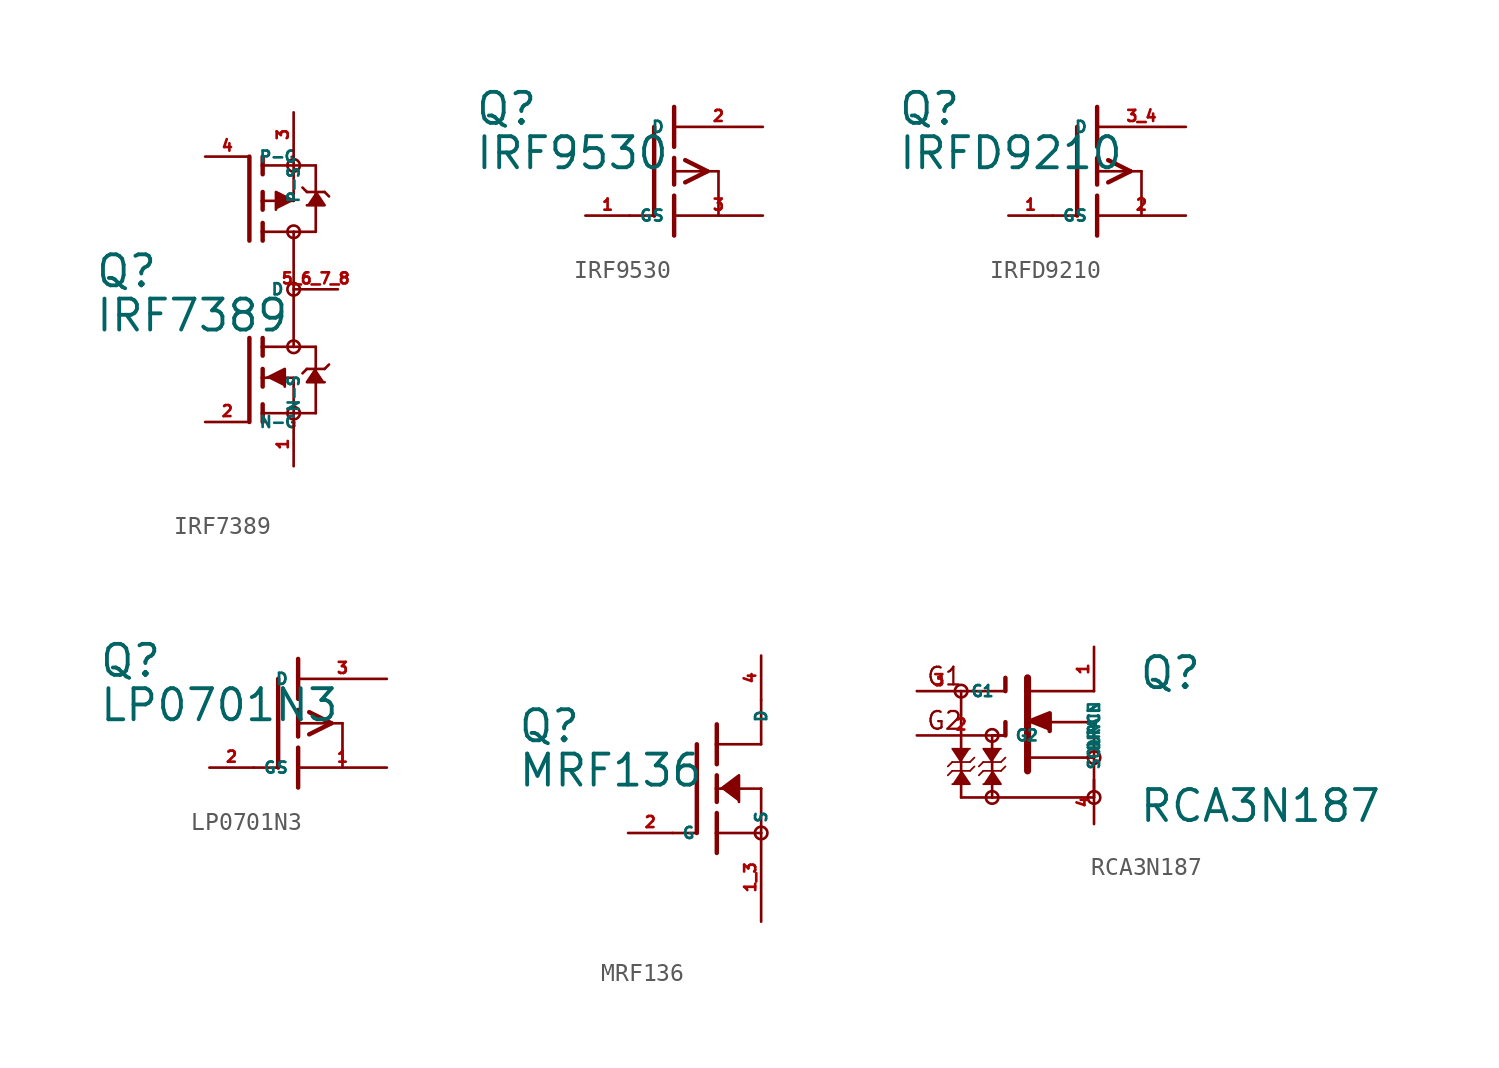
<source format=kicad_sym>
(kicad_symbol_lib
  (version 20220914)
  (generator Eagle2Kicad)
  (symbol "IRF7389"
    (property "Reference" "Q"
      (at -8.89 0 0)
      (effects (font (size 1.778 1.778) (thickness 0.22)) (justify left bottom)))
    (property "Value" "IRF7389"
      (at -8.89 -2.54 0)
      (effects (font (size 1.778 1.778) (thickness 0.22)) (justify left bottom)))
    (polyline
      (pts (xy 3.81 5.588) (xy 4.318 4.826) (xy 3.302 4.826))
      (stroke (width 0.152) (type default))
      (fill (type outline)))
    (polyline
      (pts (xy 2.54 5.08) (xy 1.524 5.588) (xy 1.524 4.572))
      (stroke (width 0.152) (type default))
      (fill (type outline)))
    (polyline
      (pts (xy 3.81 -4.572) (xy 3.302 -5.334) (xy 4.318 -5.334))
      (stroke (width 0.152) (type default))
      (fill (type outline)))
    (polyline
      (pts (xy 1.016 -5.08) (xy 2.032 -4.572) (xy 2.032 -5.588))
      (stroke (width 0.152) (type default))
      (fill (type outline)))
    (polyline
      (pts (xy 0.762 4.572) (xy 0.762 5.08))
      (stroke (width 0.254) (type default))
      (fill (type none)))
    (polyline
      (pts (xy 0.762 5.08) (xy 0.762 5.588))
      (stroke (width 0.254) (type default))
      (fill (type none)))
    (polyline
      (pts (xy 0.762 2.794) (xy 0.762 3.302))
      (stroke (width 0.254) (type default))
      (fill (type none)))
    (polyline
      (pts (xy 0.762 3.302) (xy 0.762 3.81))
      (stroke (width 0.254) (type default))
      (fill (type none)))
    (polyline
      (pts (xy 0.762 5.08) (xy 2.54 5.08))
      (stroke (width 0.152) (type default))
      (fill (type none)))
    (polyline
      (pts (xy 2.54 5.08) (xy 2.54 7.112))
      (stroke (width 0.152) (type default))
      (fill (type none)))
    (polyline
      (pts (xy 0.762 6.604) (xy 0.762 7.112))
      (stroke (width 0.254) (type default))
      (fill (type none)))
    (polyline
      (pts (xy 0.762 7.112) (xy 0.762 7.62))
      (stroke (width 0.254) (type default))
      (fill (type none)))
    (polyline
      (pts (xy 0 2.794) (xy 0 7.62))
      (stroke (width 0.254) (type default))
      (fill (type none)))
    (polyline
      (pts (xy 2.54 7.112) (xy 0.762 7.112))
      (stroke (width 0.152) (type default))
      (fill (type none)))
    (polyline
      (pts (xy 3.81 3.302) (xy 3.81 5.588))
      (stroke (width 0.152) (type default))
      (fill (type none)))
    (polyline
      (pts (xy 3.81 5.588) (xy 3.81 7.112))
      (stroke (width 0.152) (type default))
      (fill (type none)))
    (polyline
      (pts (xy 2.54 7.112) (xy 3.81 7.112))
      (stroke (width 0.152) (type default))
      (fill (type none)))
    (polyline
      (pts (xy 0.762 3.302) (xy 2.54 3.302))
      (stroke (width 0.152) (type default))
      (fill (type none)))
    (polyline
      (pts (xy 2.54 3.302) (xy 3.81 3.302))
      (stroke (width 0.152) (type default))
      (fill (type none)))
    (polyline
      (pts (xy 3.048 5.842) (xy 3.302 5.588))
      (stroke (width 0.152) (type default))
      (fill (type none)))
    (polyline
      (pts (xy 3.302 5.588) (xy 3.81 5.588))
      (stroke (width 0.152) (type default))
      (fill (type none)))
    (polyline
      (pts (xy 3.81 5.588) (xy 4.318 5.588))
      (stroke (width 0.152) (type default))
      (fill (type none)))
    (polyline
      (pts (xy 4.318 5.588) (xy 4.572 5.334))
      (stroke (width 0.152) (type default))
      (fill (type none)))
    (polyline
      (pts (xy 0.762 -4.572) (xy 0.762 -5.08))
      (stroke (width 0.254) (type default))
      (fill (type none)))
    (polyline
      (pts (xy 0.762 -5.08) (xy 0.762 -5.588))
      (stroke (width 0.254) (type default))
      (fill (type none)))
    (polyline
      (pts (xy 0.762 -2.794) (xy 0.762 -3.302))
      (stroke (width 0.254) (type default))
      (fill (type none)))
    (polyline
      (pts (xy 0.762 -3.302) (xy 0.762 -3.81))
      (stroke (width 0.254) (type default))
      (fill (type none)))
    (polyline
      (pts (xy 0.762 -5.08) (xy 2.54 -5.08))
      (stroke (width 0.152) (type default))
      (fill (type none)))
    (polyline
      (pts (xy 2.54 -5.08) (xy 2.54 -7.112))
      (stroke (width 0.152) (type default))
      (fill (type none)))
    (polyline
      (pts (xy 0.762 -6.604) (xy 0.762 -7.112))
      (stroke (width 0.254) (type default))
      (fill (type none)))
    (polyline
      (pts (xy 0.762 -7.112) (xy 0.762 -7.62))
      (stroke (width 0.254) (type default))
      (fill (type none)))
    (polyline
      (pts (xy 0 -2.794) (xy 0 -7.62))
      (stroke (width 0.254) (type default))
      (fill (type none)))
    (polyline
      (pts (xy 2.54 -7.112) (xy 0.762 -7.112))
      (stroke (width 0.152) (type default))
      (fill (type none)))
    (polyline
      (pts (xy 3.81 -3.302) (xy 3.81 -4.572))
      (stroke (width 0.152) (type default))
      (fill (type none)))
    (polyline
      (pts (xy 3.81 -4.572) (xy 3.81 -7.112))
      (stroke (width 0.152) (type default))
      (fill (type none)))
    (polyline
      (pts (xy 2.54 -7.112) (xy 3.81 -7.112))
      (stroke (width 0.152) (type default))
      (fill (type none)))
    (polyline
      (pts (xy 0.762 -3.302) (xy 2.54 -3.302))
      (stroke (width 0.152) (type default))
      (fill (type none)))
    (polyline
      (pts (xy 2.54 -3.302) (xy 3.81 -3.302))
      (stroke (width 0.152) (type default))
      (fill (type none)))
    (polyline
      (pts (xy 4.572 -4.318) (xy 4.318 -4.572))
      (stroke (width 0.152) (type default))
      (fill (type none)))
    (polyline
      (pts (xy 4.318 -4.572) (xy 3.81 -4.572))
      (stroke (width 0.152) (type default))
      (fill (type none)))
    (polyline
      (pts (xy 3.81 -4.572) (xy 3.302 -4.572))
      (stroke (width 0.152) (type default))
      (fill (type none)))
    (polyline
      (pts (xy 3.302 -4.572) (xy 3.048 -4.826))
      (stroke (width 0.152) (type default))
      (fill (type none)))
    (polyline
      (pts (xy 2.54 3.302) (xy 2.54 -3.302))
      (stroke (width 0.152) (type default))
      (fill (type none)))
    (polyline
      (pts (xy 2.54 7.62) (xy 2.54 7.112))
      (stroke (width 0.152) (type default))
      (fill (type none)))
    (polyline
      (pts (xy 2.54 -7.112) (xy 2.54 -7.62))
      (stroke (width 0.152) (type default))
      (fill (type none)))
    (circle
      (center 2.54 7.112)
      (radius 0.359)
      (stroke (width 0) (type default))
      (fill (type none)))
    (circle
      (center 2.54 3.302)
      (radius 0.359)
      (stroke (width 0) (type default))
      (fill (type none)))
    (circle
      (center 2.54 -7.112)
      (radius 0.359)
      (stroke (width 0) (type default))
      (fill (type none)))
    (circle
      (center 2.54 -3.302)
      (radius 0.359)
      (stroke (width 0) (type default))
      (fill (type none)))
    (circle
      (center 2.54 0)
      (radius 0.359)
      (stroke (width 0) (type default))
      (fill (type none)))
    (pin passive line
      (at 2.54 10.16 270)
      (length 2.54)
      (name "P-S" (effects (font (size 0.635 0.635) (thickness 0.08)) (justify left bottom)))
      (number "3" (effects (font (size 0.635 0.635) (thickness 0.08)) (justify left bottom))))
    (pin passive line
      (at -2.54 7.62 0)
      (length 2.54)
      (name "P-G" (effects (font (size 0.635 0.635) (thickness 0.08)) (justify left bottom)))
      (number "4" (effects (font (size 0.635 0.635) (thickness 0.08)) (justify left bottom))))
    (pin passive line
      (at 5.08 0 180)
      (length 2.54)
      (name "D" (effects (font (size 0.635 0.635) (thickness 0.08)) (justify left bottom)))
      (number "5 6 7 8" (effects (font (size 0.635 0.635) (thickness 0.08)) (justify left bottom))))
    (pin passive line
      (at 2.54 -10.16 90)
      (length 2.54)
      (name "N-S" (effects (font (size 0.635 0.635) (thickness 0.08)) (justify left bottom)))
      (number "1" (effects (font (size 0.635 0.635) (thickness 0.08)) (justify left bottom))))
    (pin passive line
      (at -2.54 -7.62 0)
      (length 2.54)
      (name "N-G" (effects (font (size 0.635 0.635) (thickness 0.08)) (justify left bottom)))
      (number "2" (effects (font (size 0.635 0.635) (thickness 0.08)) (justify left bottom)))))
  (symbol "IRF9530"
    (property "Reference" "Q"
      (at -11.43 2.54 0)
      (effects (font (size 1.778 1.778) (thickness 0.22)) (justify left bottom)))
    (property "Value" "IRF9530"
      (at -11.43 0 0)
      (effects (font (size 1.778 1.778) (thickness 0.22)) (justify left bottom)))
    (polyline
      (pts (xy -2.54 -2.54) (xy -1.219 -2.54))
      (stroke (width 0.152) (type default))
      (fill (type none)))
    (polyline
      (pts (xy 0 0.762) (xy 0 0))
      (stroke (width 0.254) (type default))
      (fill (type none)))
    (polyline
      (pts (xy 0 0) (xy 0 -0.762))
      (stroke (width 0.254) (type default))
      (fill (type none)))
    (polyline
      (pts (xy 0 3.683) (xy 0 1.397))
      (stroke (width 0.254) (type default))
      (fill (type none)))
    (polyline
      (pts (xy 0.635 0.635) (xy 1.905 0))
      (stroke (width 0.254) (type default))
      (fill (type none)))
    (polyline
      (pts (xy 0.635 -0.635) (xy 1.905 0))
      (stroke (width 0.254) (type default))
      (fill (type none)))
    (polyline
      (pts (xy 0 0) (xy 1.905 0))
      (stroke (width 0.152) (type default))
      (fill (type none)))
    (polyline
      (pts (xy 1.905 0) (xy 2.54 0))
      (stroke (width 0.152) (type default))
      (fill (type none)))
    (polyline
      (pts (xy 2.54 0) (xy 2.54 -2.54))
      (stroke (width 0.152) (type default))
      (fill (type none)))
    (polyline
      (pts (xy 0 -1.397) (xy 0 -3.683))
      (stroke (width 0.254) (type default))
      (fill (type none)))
    (polyline
      (pts (xy -1.143 2.54) (xy -1.143 -2.54))
      (stroke (width 0.254) (type default))
      (fill (type none)))
    (pin passive line
      (at 5.08 2.54 180)
      (length 5.08)
      (name "D" (effects (font (size 0.635 0.635) (thickness 0.08)) (justify left bottom)))
      (number "2" (effects (font (size 0.635 0.635) (thickness 0.08)) (justify left bottom))))
    (pin passive line
      (at 5.08 -2.54 180)
      (length 5.08)
      (name "S" (effects (font (size 0.635 0.635) (thickness 0.08)) (justify left bottom)))
      (number "3" (effects (font (size 0.635 0.635) (thickness 0.08)) (justify left bottom))))
    (pin passive line
      (at -5.08 -2.54 0)
      (length 2.54)
      (name "G" (effects (font (size 0.635 0.635) (thickness 0.08)) (justify left bottom)))
      (number "1" (effects (font (size 0.635 0.635) (thickness 0.08)) (justify left bottom)))))
  (symbol "IRFD9210"
    (property "Reference" "Q"
      (at -11.43 2.54 0)
      (effects (font (size 1.778 1.778) (thickness 0.22)) (justify left bottom)))
    (property "Value" "IRFD9210"
      (at -11.43 0 0)
      (effects (font (size 1.778 1.778) (thickness 0.22)) (justify left bottom)))
    (polyline
      (pts (xy -2.54 -2.54) (xy -1.219 -2.54))
      (stroke (width 0.152) (type default))
      (fill (type none)))
    (polyline
      (pts (xy 0 0.762) (xy 0 0))
      (stroke (width 0.254) (type default))
      (fill (type none)))
    (polyline
      (pts (xy 0 0) (xy 0 -0.762))
      (stroke (width 0.254) (type default))
      (fill (type none)))
    (polyline
      (pts (xy 0 3.683) (xy 0 1.397))
      (stroke (width 0.254) (type default))
      (fill (type none)))
    (polyline
      (pts (xy 0.635 0.635) (xy 1.905 0))
      (stroke (width 0.254) (type default))
      (fill (type none)))
    (polyline
      (pts (xy 0.635 -0.635) (xy 1.905 0))
      (stroke (width 0.254) (type default))
      (fill (type none)))
    (polyline
      (pts (xy 0 0) (xy 1.905 0))
      (stroke (width 0.152) (type default))
      (fill (type none)))
    (polyline
      (pts (xy 1.905 0) (xy 2.54 0))
      (stroke (width 0.152) (type default))
      (fill (type none)))
    (polyline
      (pts (xy 2.54 0) (xy 2.54 -2.54))
      (stroke (width 0.152) (type default))
      (fill (type none)))
    (polyline
      (pts (xy 0 -1.397) (xy 0 -3.683))
      (stroke (width 0.254) (type default))
      (fill (type none)))
    (polyline
      (pts (xy -1.143 2.54) (xy -1.143 -2.54))
      (stroke (width 0.254) (type default))
      (fill (type none)))
    (pin passive line
      (at 5.08 2.54 180)
      (length 5.08)
      (name "D" (effects (font (size 0.635 0.635) (thickness 0.08)) (justify left bottom)))
      (number "3 4" (effects (font (size 0.635 0.635) (thickness 0.08)) (justify left bottom))))
    (pin passive line
      (at 5.08 -2.54 180)
      (length 5.08)
      (name "S" (effects (font (size 0.635 0.635) (thickness 0.08)) (justify left bottom)))
      (number "2" (effects (font (size 0.635 0.635) (thickness 0.08)) (justify left bottom))))
    (pin passive line
      (at -5.08 -2.54 0)
      (length 2.54)
      (name "G" (effects (font (size 0.635 0.635) (thickness 0.08)) (justify left bottom)))
      (number "1" (effects (font (size 0.635 0.635) (thickness 0.08)) (justify left bottom)))))
  (symbol "LP0701N3"
    (property "Reference" "Q"
      (at -11.43 2.54 0)
      (effects (font (size 1.778 1.778) (thickness 0.22)) (justify left bottom)))
    (property "Value" "LP0701N3"
      (at -11.43 0 0)
      (effects (font (size 1.778 1.778) (thickness 0.22)) (justify left bottom)))
    (polyline
      (pts (xy -2.54 -2.54) (xy -1.219 -2.54))
      (stroke (width 0.152) (type default))
      (fill (type none)))
    (polyline
      (pts (xy 0 0.762) (xy 0 0))
      (stroke (width 0.254) (type default))
      (fill (type none)))
    (polyline
      (pts (xy 0 0) (xy 0 -0.762))
      (stroke (width 0.254) (type default))
      (fill (type none)))
    (polyline
      (pts (xy 0 3.683) (xy 0 1.397))
      (stroke (width 0.254) (type default))
      (fill (type none)))
    (polyline
      (pts (xy 0.635 0.635) (xy 1.905 0))
      (stroke (width 0.254) (type default))
      (fill (type none)))
    (polyline
      (pts (xy 0.635 -0.635) (xy 1.905 0))
      (stroke (width 0.254) (type default))
      (fill (type none)))
    (polyline
      (pts (xy 0 0) (xy 1.905 0))
      (stroke (width 0.152) (type default))
      (fill (type none)))
    (polyline
      (pts (xy 1.905 0) (xy 2.54 0))
      (stroke (width 0.152) (type default))
      (fill (type none)))
    (polyline
      (pts (xy 2.54 0) (xy 2.54 -2.54))
      (stroke (width 0.152) (type default))
      (fill (type none)))
    (polyline
      (pts (xy 0 -1.397) (xy 0 -3.683))
      (stroke (width 0.254) (type default))
      (fill (type none)))
    (polyline
      (pts (xy -1.143 2.54) (xy -1.143 -2.54))
      (stroke (width 0.254) (type default))
      (fill (type none)))
    (pin passive line
      (at 5.08 2.54 180)
      (length 5.08)
      (name "D" (effects (font (size 0.635 0.635) (thickness 0.08)) (justify left bottom)))
      (number "3" (effects (font (size 0.635 0.635) (thickness 0.08)) (justify left bottom))))
    (pin passive line
      (at 5.08 -2.54 180)
      (length 5.08)
      (name "S" (effects (font (size 0.635 0.635) (thickness 0.08)) (justify left bottom)))
      (number "1" (effects (font (size 0.635 0.635) (thickness 0.08)) (justify left bottom))))
    (pin passive line
      (at -5.08 -2.54 0)
      (length 2.54)
      (name "G" (effects (font (size 0.635 0.635) (thickness 0.08)) (justify left bottom)))
      (number "2" (effects (font (size 0.635 0.635) (thickness 0.08)) (justify left bottom)))))
  (symbol "MRF136"
    (property "Reference" "Q"
      (at -11.43 2.54 0)
      (effects (font (size 1.778 1.778) (thickness 0.22)) (justify left bottom)))
    (property "Value" "MRF136"
      (at -11.43 0 0)
      (effects (font (size 1.778 1.778) (thickness 0.22)) (justify left bottom)))
    (polyline
      (pts (xy 0.254 0) (xy 1.27 0.762) (xy 1.27 -0.762))
      (stroke (width 0.152) (type default))
      (fill (type outline)))
    (polyline
      (pts (xy -2.54 -2.54) (xy -1.219 -2.54))
      (stroke (width 0.152) (type default))
      (fill (type none)))
    (polyline
      (pts (xy 0 0.762) (xy 0 0))
      (stroke (width 0.254) (type default))
      (fill (type none)))
    (polyline
      (pts (xy 0 0) (xy 0 -0.762))
      (stroke (width 0.254) (type default))
      (fill (type none)))
    (polyline
      (pts (xy 0 3.683) (xy 0 2.54))
      (stroke (width 0.254) (type default))
      (fill (type none)))
    (polyline
      (pts (xy 0 2.54) (xy 0 1.397))
      (stroke (width 0.254) (type default))
      (fill (type none)))
    (polyline
      (pts (xy 0 0) (xy 2.54 0))
      (stroke (width 0.152) (type default))
      (fill (type none)))
    (polyline
      (pts (xy 2.54 0) (xy 2.54 -2.54))
      (stroke (width 0.152) (type default))
      (fill (type none)))
    (polyline
      (pts (xy 0 -1.397) (xy 0 -2.54))
      (stroke (width 0.254) (type default))
      (fill (type none)))
    (polyline
      (pts (xy 0 -2.54) (xy 0 -3.683))
      (stroke (width 0.254) (type default))
      (fill (type none)))
    (polyline
      (pts (xy -1.143 2.54) (xy -1.143 -2.54))
      (stroke (width 0.254) (type default))
      (fill (type none)))
    (polyline
      (pts (xy 0 2.54) (xy 2.54 2.54))
      (stroke (width 0.152) (type default))
      (fill (type none)))
    (polyline
      (pts (xy 2.54 2.54) (xy 2.54 5.08))
      (stroke (width 0.152) (type default))
      (fill (type none)))
    (polyline
      (pts (xy 2.54 -2.54) (xy 0 -2.54))
      (stroke (width 0.152) (type default))
      (fill (type none)))
    (circle
      (center 2.54 -2.54)
      (radius 0.359)
      (stroke (width 0) (type default))
      (fill (type none)))
    (pin passive line
      (at 2.54 -7.62 90)
      (length 5.08)
      (name "S" (effects (font (size 0.635 0.635) (thickness 0.08)) (justify left bottom)))
      (number "1 3" (effects (font (size 0.635 0.635) (thickness 0.08)) (justify left bottom))))
    (pin passive line
      (at -5.08 -2.54 0)
      (length 2.54)
      (name "G" (effects (font (size 0.635 0.635) (thickness 0.08)) (justify left bottom)))
      (number "2" (effects (font (size 0.635 0.635) (thickness 0.08)) (justify left bottom))))
    (pin passive line
      (at 2.54 7.62 270)
      (length 2.54)
      (name "D" (effects (font (size 0.635 0.635) (thickness 0.08)) (justify left bottom)))
      (number "4" (effects (font (size 0.635 0.635) (thickness 0.08)) (justify left bottom)))))
  (symbol "RCA3N187"
    (property "Reference" "Q"
      (at 5.08 2.54 0)
      (effects (font (size 1.778 1.778) (thickness 0.22)) (justify left bottom)))
    (property "Value" "RCA3N187"
      (at 5.08 -5.08 0)
      (effects (font (size 1.778 1.778) (thickness 0.22)) (justify left bottom)))
    (polyline
      (pts (xy -1.27 0.762) (xy 0 1.27) (xy 0 0.254))
      (stroke (width 0.254) (type default))
      (fill (type outline)))
    (polyline
      (pts (xy -5.08 -1.524) (xy -5.588 -0.762) (xy -4.572 -0.762))
      (stroke (width 0.102) (type default))
      (fill (type outline)))
    (polyline
      (pts (xy -3.302 -1.524) (xy -3.81 -0.762) (xy -2.794 -0.762))
      (stroke (width 0.102) (type default))
      (fill (type outline)))
    (polyline
      (pts (xy -3.302 -2.032) (xy -2.794 -2.794) (xy -3.81 -2.794))
      (stroke (width 0.102) (type default))
      (fill (type outline)))
    (polyline
      (pts (xy -5.08 -2.032) (xy -4.572 -2.794) (xy -5.588 -2.794))
      (stroke (width 0.102) (type default))
      (fill (type outline)))
    (polyline
      (pts (xy -5.08 2.54) (xy -2.54 2.54))
      (stroke (width 0.152) (type default))
      (fill (type none)))
    (polyline
      (pts (xy -3.302 0) (xy -2.54 0))
      (stroke (width 0.152) (type default))
      (fill (type none)))
    (polyline
      (pts (xy -2.54 2.54) (xy -2.54 3.302))
      (stroke (width 0.254) (type default))
      (fill (type none)))
    (polyline
      (pts (xy -2.54 0) (xy -2.54 0.762))
      (stroke (width 0.254) (type default))
      (fill (type none)))
    (polyline
      (pts (xy -1.27 3.302) (xy -1.27 2.54))
      (stroke (width 0.406) (type default))
      (fill (type none)))
    (polyline
      (pts (xy -1.27 2.54) (xy -1.27 -1.27))
      (stroke (width 0.406) (type default))
      (fill (type none)))
    (polyline
      (pts (xy -1.27 -1.27) (xy -1.27 -2.032))
      (stroke (width 0.406) (type default))
      (fill (type none)))
    (polyline
      (pts (xy -1.27 2.54) (xy 2.54 2.54))
      (stroke (width 0.152) (type default))
      (fill (type none)))
    (polyline
      (pts (xy -1.27 -1.27) (xy 2.54 -1.27))
      (stroke (width 0.152) (type default))
      (fill (type none)))
    (polyline
      (pts (xy 2.54 -1.27) (xy 2.54 -3.556))
      (stroke (width 0.152) (type default))
      (fill (type none)))
    (polyline
      (pts (xy 2.54 -1.27) (xy 2.54 0.762))
      (stroke (width 0.152) (type default))
      (fill (type none)))
    (polyline
      (pts (xy 2.54 0.762) (xy -1.016 0.762))
      (stroke (width 0.152) (type default))
      (fill (type none)))
    (polyline
      (pts (xy -5.588 -1.524) (xy -4.572 -1.524))
      (stroke (width 0.102) (type default))
      (fill (type none)))
    (polyline
      (pts (xy -4.572 -1.524) (xy -4.318 -1.27))
      (stroke (width 0.102) (type default))
      (fill (type none)))
    (polyline
      (pts (xy -5.588 -1.524) (xy -5.842 -1.778))
      (stroke (width 0.102) (type default))
      (fill (type none)))
    (polyline
      (pts (xy -3.81 -1.524) (xy -2.794 -1.524))
      (stroke (width 0.102) (type default))
      (fill (type none)))
    (polyline
      (pts (xy -2.794 -1.524) (xy -2.54 -1.27))
      (stroke (width 0.102) (type default))
      (fill (type none)))
    (polyline
      (pts (xy -3.81 -1.524) (xy -4.064 -1.778))
      (stroke (width 0.102) (type default))
      (fill (type none)))
    (polyline
      (pts (xy -2.794 -2.032) (xy -3.81 -2.032))
      (stroke (width 0.102) (type default))
      (fill (type none)))
    (polyline
      (pts (xy -3.81 -2.032) (xy -4.064 -2.286))
      (stroke (width 0.102) (type default))
      (fill (type none)))
    (polyline
      (pts (xy -2.794 -2.032) (xy -2.54 -1.778))
      (stroke (width 0.102) (type default))
      (fill (type none)))
    (polyline
      (pts (xy -4.572 -2.032) (xy -5.588 -2.032))
      (stroke (width 0.102) (type default))
      (fill (type none)))
    (polyline
      (pts (xy -5.588 -2.032) (xy -5.842 -2.286))
      (stroke (width 0.102) (type default))
      (fill (type none)))
    (polyline
      (pts (xy -4.572 -2.032) (xy -4.318 -1.778))
      (stroke (width 0.102) (type default))
      (fill (type none)))
    (polyline
      (pts (xy -5.08 2.54) (xy -5.08 -3.556))
      (stroke (width 0.152) (type default))
      (fill (type none)))
    (polyline
      (pts (xy -5.08 -3.556) (xy -3.302 -3.556))
      (stroke (width 0.152) (type default))
      (fill (type none)))
    (polyline
      (pts (xy -3.302 -3.556) (xy 2.54 -3.556))
      (stroke (width 0.152) (type default))
      (fill (type none)))
    (polyline
      (pts (xy -3.302 0) (xy -3.302 -3.556))
      (stroke (width 0.152) (type default))
      (fill (type none)))
    (text "G1"
      (at -7.112 2.794 0)
      (effects (font (size 1.016 1.016) (thickness 0.13)) (justify left bottom)))
    (text "G2"
      (at -7.112 0.254 0)
      (effects (font (size 1.016 1.016) (thickness 0.13)) (justify left bottom)))
    (circle
      (center 2.54 -1.27)
      (radius 0.359)
      (stroke (width 0) (type default))
      (fill (type none)))
    (circle
      (center -5.08 2.54)
      (radius 0.359)
      (stroke (width 0) (type default))
      (fill (type none)))
    (circle
      (center -3.302 0)
      (radius 0.359)
      (stroke (width 0) (type default))
      (fill (type none)))
    (circle
      (center -3.302 -3.556)
      (radius 0.359)
      (stroke (width 0) (type default))
      (fill (type none)))
    (circle
      (center 2.54 -3.556)
      (radius 0.359)
      (stroke (width 0) (type default))
      (fill (type none)))
    (pin passive line
      (at -7.62 2.54 0)
      (length 2.54)
      (name "G1" (effects (font (size 0.635 0.635) (thickness 0.08)) (justify left bottom)))
      (number "3" (effects (font (size 0.635 0.635) (thickness 0.08)) (justify left bottom))))
    (pin passive line
      (at -7.62 0 0)
      (length 5.08)
      (name "G2" (effects (font (size 0.635 0.635) (thickness 0.08)) (justify left bottom)))
      (number "2" (effects (font (size 0.635 0.635) (thickness 0.08)) (justify left bottom))))
    (pin passive line
      (at 2.54 5.08 270)
      (length 2.54)
      (name "DRAIN" (effects (font (size 0.635 0.635) (thickness 0.08)) (justify left bottom)))
      (number "1" (effects (font (size 0.635 0.635) (thickness 0.08)) (justify left bottom))))
    (pin passive line
      (at 2.54 -5.08 90)
      (length 2.54)
      (name "SOURCE" (effects (font (size 0.635 0.635) (thickness 0.08)) (justify left bottom)))
      (number "4" (effects (font (size 0.635 0.635) (thickness 0.08)) (justify left bottom))))))
</source>
